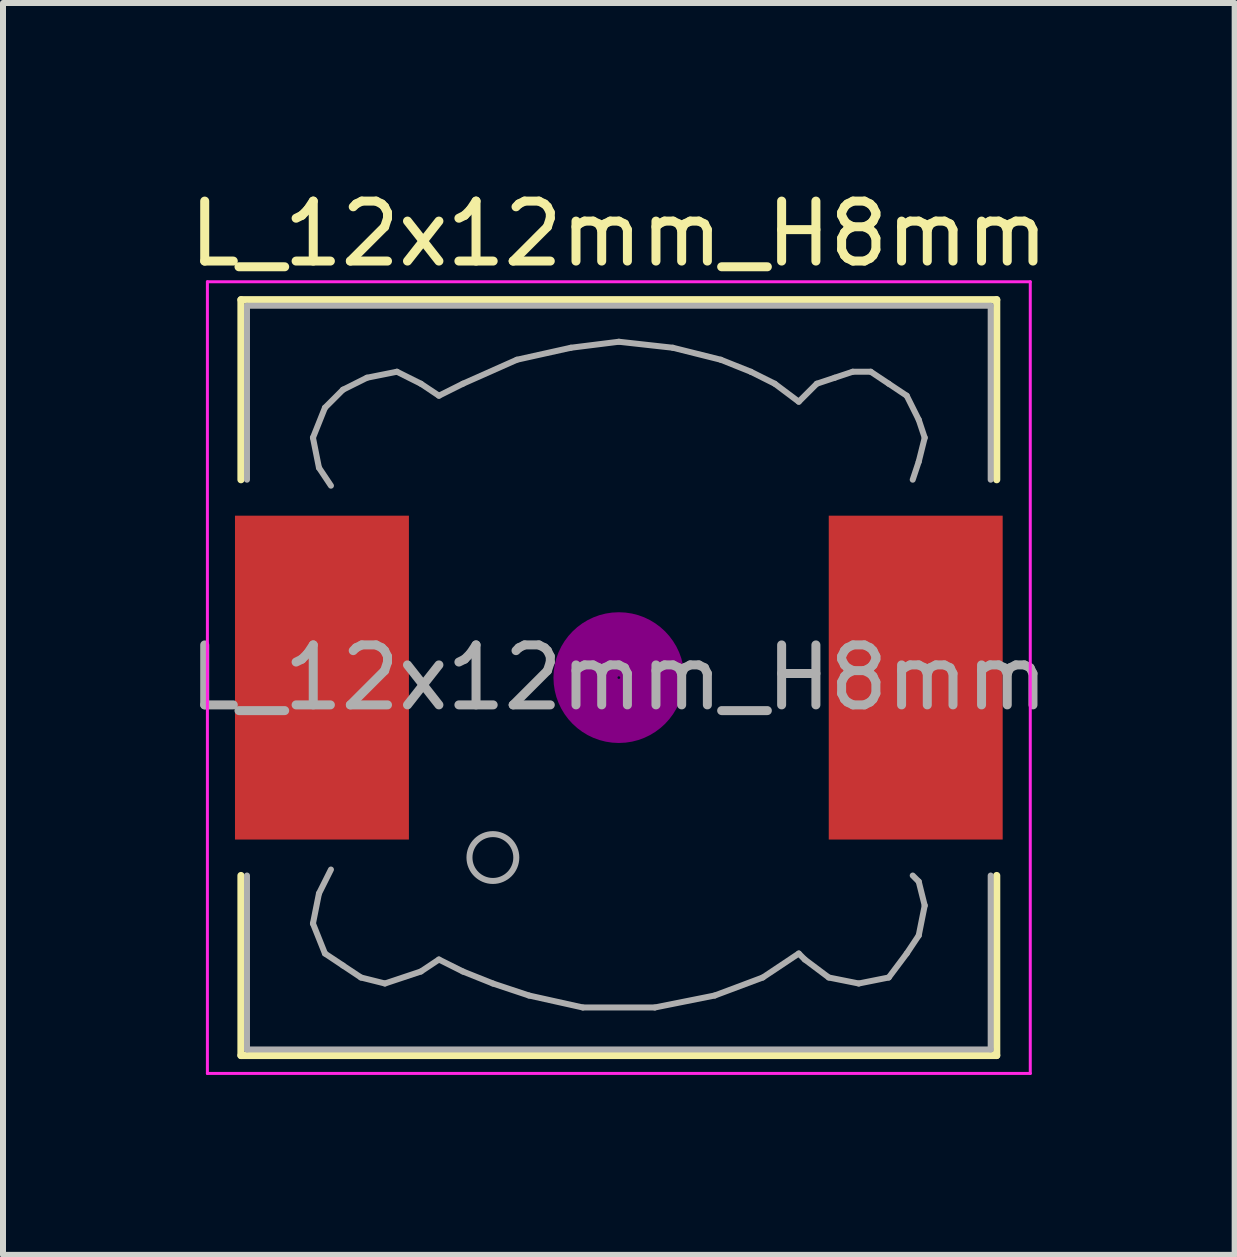
<source format=kicad_pcb>
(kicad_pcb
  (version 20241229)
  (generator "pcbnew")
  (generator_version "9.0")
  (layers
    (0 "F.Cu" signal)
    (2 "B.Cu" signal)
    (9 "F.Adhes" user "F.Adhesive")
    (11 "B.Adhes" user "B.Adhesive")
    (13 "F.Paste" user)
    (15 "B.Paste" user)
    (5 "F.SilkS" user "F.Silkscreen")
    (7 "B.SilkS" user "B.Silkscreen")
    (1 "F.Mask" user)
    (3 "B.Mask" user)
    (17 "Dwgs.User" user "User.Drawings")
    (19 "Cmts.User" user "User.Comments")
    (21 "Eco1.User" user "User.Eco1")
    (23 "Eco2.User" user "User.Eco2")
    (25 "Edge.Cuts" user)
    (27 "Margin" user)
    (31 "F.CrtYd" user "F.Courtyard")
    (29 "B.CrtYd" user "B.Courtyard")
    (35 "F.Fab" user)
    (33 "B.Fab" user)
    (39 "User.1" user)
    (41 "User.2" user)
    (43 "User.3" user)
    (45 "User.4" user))
  (footprint "L_12x12mm_H8mm"
    (layer "F.Cu")
    (at 7.268 8.248)
    (property "Reference" "L_12x12mm_H8mm" (at 0 -7.4 0) (layer "F.SilkS") (effects (font (size 1 1) (thickness 0.15))))
    (attr smd)
    (fp_line (start -6.3 -6.3) (end 6.3 -6.3) (stroke (width 0.12) (type solid)) (layer "F.SilkS"))
    (fp_line (start -6.3 -3.3) (end -6.3 -6.3) (stroke (width 0.12) (type solid)) (layer "F.SilkS"))
    (fp_line (start -6.3 6.3) (end -6.3 3.3) (stroke (width 0.12) (type solid)) (layer "F.SilkS"))
    (fp_line (start 6.3 -6.3) (end 6.3 -3.3) (stroke (width 0.12) (type solid)) (layer "F.SilkS"))
    (fp_line (start 6.3 3.3) (end 6.3 6.3) (stroke (width 0.12) (type solid)) (layer "F.SilkS"))
    (fp_line (start 6.3 6.3) (end -6.3 6.3) (stroke (width 0.12) (type solid)) (layer "F.SilkS"))
    (fp_circle (center 0 0) (end 0.15 0.15) (stroke (width 0.38) (type solid)) (fill no) (layer "F.Adhes"))
    (fp_circle (center 0 0) (end 0.55 0) (stroke (width 0.38) (type solid)) (fill no) (layer "F.Adhes"))
    (fp_circle (center 0 0) (end 0.9 0) (stroke (width 0.38) (type solid)) (fill no) (layer "F.Adhes"))
    (fp_line (start -6.86 -6.6) (end 6.86 -6.6) (stroke (width 0.05) (type solid)) (layer "F.CrtYd"))
    (fp_line (start -6.86 6.6) (end -6.86 -6.6) (stroke (width 0.05) (type solid)) (layer "F.CrtYd"))
    (fp_line (start 6.86 -6.6) (end 6.86 6.6) (stroke (width 0.05) (type solid)) (layer "F.CrtYd"))
    (fp_line (start 6.86 6.6) (end -6.86 6.6) (stroke (width 0.05) (type solid)) (layer "F.CrtYd"))
    (fp_line (start -6.2 -6.2) (end -6.2 -3.3) (stroke (width 0.1) (type solid)) (layer "F.Fab"))
    (fp_line (start -6.2 3.3) (end -6.2 6.2) (stroke (width 0.1) (type solid)) (layer "F.Fab"))
    (fp_line (start -6.2 6.2) (end 6.2 6.2) (stroke (width 0.1) (type solid)) (layer "F.Fab"))
    (fp_line (start -5.1 -4) (end -5 -3.5) (stroke (width 0.1) (type solid)) (layer "F.Fab"))
    (fp_line (start -5.1 4.1) (end -5 3.6) (stroke (width 0.1) (type solid)) (layer "F.Fab"))
    (fp_line (start -5 -3.5) (end -4.8 -3.2) (stroke (width 0.1) (type solid)) (layer "F.Fab"))
    (fp_line (start -5 3.6) (end -4.8 3.2) (stroke (width 0.1) (type solid)) (layer "F.Fab"))
    (fp_line (start -4.9 -4.5) (end -5.1 -4) (stroke (width 0.1) (type solid)) (layer "F.Fab"))
    (fp_line (start -4.9 4.6) (end -5.1 4.1) (stroke (width 0.1) (type solid)) (layer "F.Fab"))
    (fp_line (start -4.6 -4.8) (end -4.9 -4.5) (stroke (width 0.1) (type solid)) (layer "F.Fab"))
    (fp_line (start -4.6 4.8) (end -4.9 4.6) (stroke (width 0.1) (type solid)) (layer "F.Fab"))
    (fp_line (start -4.3 5) (end -4.6 4.8) (stroke (width 0.1) (type solid)) (layer "F.Fab"))
    (fp_line (start -4.2 -5) (end -4.6 -4.8) (stroke (width 0.1) (type solid)) (layer "F.Fab"))
    (fp_line (start -3.9 5.1) (end -4.3 5) (stroke (width 0.1) (type solid)) (layer "F.Fab"))
    (fp_line (start -3.7 -5.1) (end -4.2 -5) (stroke (width 0.1) (type solid)) (layer "F.Fab"))
    (fp_line (start -3.3 -4.9) (end -3.7 -5.1) (stroke (width 0.1) (type solid)) (layer "F.Fab"))
    (fp_line (start -3.3 4.9) (end -3.9 5.1) (stroke (width 0.1) (type solid)) (layer "F.Fab"))
    (fp_line (start -3 -4.7) (end -3.3 -4.9) (stroke (width 0.1) (type solid)) (layer "F.Fab"))
    (fp_line (start -3 4.7) (end -3.3 4.9) (stroke (width 0.1) (type solid)) (layer "F.Fab"))
    (fp_line (start -2.6 -4.9) (end -3 -4.7) (stroke (width 0.1) (type solid)) (layer "F.Fab"))
    (fp_line (start -2.6 4.9) (end -3 4.7) (stroke (width 0.1) (type solid)) (layer "F.Fab"))
    (fp_line (start -2.1 5.1) (end -2.6 4.9) (stroke (width 0.1) (type solid)) (layer "F.Fab"))
    (fp_line (start -1.7 -5.3) (end -2.6 -4.9) (stroke (width 0.1) (type solid)) (layer "F.Fab"))
    (fp_line (start -1.5 5.3) (end -2.1 5.1) (stroke (width 0.1) (type solid)) (layer "F.Fab"))
    (fp_line (start -0.8 -5.5) (end -1.7 -5.3) (stroke (width 0.1) (type solid)) (layer "F.Fab"))
    (fp_line (start -0.6 5.5) (end -1.5 5.3) (stroke (width 0.1) (type solid)) (layer "F.Fab"))
    (fp_line (start 0 -5.6) (end -0.8 -5.5) (stroke (width 0.1) (type solid)) (layer "F.Fab"))
    (fp_line (start 0.6 5.5) (end -0.6 5.5) (stroke (width 0.1) (type solid)) (layer "F.Fab"))
    (fp_line (start 0.9 -5.5) (end 0 -5.6) (stroke (width 0.1) (type solid)) (layer "F.Fab"))
    (fp_line (start 1.6 5.3) (end 0.6 5.5) (stroke (width 0.1) (type solid)) (layer "F.Fab"))
    (fp_line (start 1.7 -5.3) (end 0.9 -5.5) (stroke (width 0.1) (type solid)) (layer "F.Fab"))
    (fp_line (start 2.2 -5.1) (end 1.7 -5.3) (stroke (width 0.1) (type solid)) (layer "F.Fab"))
    (fp_line (start 2.4 5) (end 1.6 5.3) (stroke (width 0.1) (type solid)) (layer "F.Fab"))
    (fp_line (start 2.6 -4.9) (end 2.2 -5.1) (stroke (width 0.1) (type solid)) (layer "F.Fab"))
    (fp_line (start 3 -4.6) (end 2.6 -4.9) (stroke (width 0.1) (type solid)) (layer "F.Fab"))
    (fp_line (start 3 4.6) (end 2.4 5) (stroke (width 0.1) (type solid)) (layer "F.Fab"))
    (fp_line (start 3.1 4.7) (end 3 4.6) (stroke (width 0.1) (type solid)) (layer "F.Fab"))
    (fp_line (start 3.3 -4.9) (end 3 -4.6) (stroke (width 0.1) (type solid)) (layer "F.Fab"))
    (fp_line (start 3.5 5) (end 3.1 4.7) (stroke (width 0.1) (type solid)) (layer "F.Fab"))
    (fp_line (start 3.6 -5) (end 3.3 -4.9) (stroke (width 0.1) (type solid)) (layer "F.Fab"))
    (fp_line (start 3.9 -5.1) (end 3.6 -5) (stroke (width 0.1) (type solid)) (layer "F.Fab"))
    (fp_line (start 4 5.1) (end 3.5 5) (stroke (width 0.1) (type solid)) (layer "F.Fab"))
    (fp_line (start 4.2 -5.1) (end 3.9 -5.1) (stroke (width 0.1) (type solid)) (layer "F.Fab"))
    (fp_line (start 4.5 -4.9) (end 4.2 -5.1) (stroke (width 0.1) (type solid)) (layer "F.Fab"))
    (fp_line (start 4.5 5) (end 4 5.1) (stroke (width 0.1) (type solid)) (layer "F.Fab"))
    (fp_line (start 4.8 -4.7) (end 4.5 -4.9) (stroke (width 0.1) (type solid)) (layer "F.Fab"))
    (fp_line (start 4.8 4.6) (end 4.5 5) (stroke (width 0.1) (type solid)) (layer "F.Fab"))
    (fp_line (start 4.9 -3.3) (end 5 -3.6) (stroke (width 0.1) (type solid)) (layer "F.Fab"))
    (fp_line (start 4.9 3.3) (end 5 3.4) (stroke (width 0.1) (type solid)) (layer "F.Fab"))
    (fp_line (start 5 -4.3) (end 4.8 -4.7) (stroke (width 0.1) (type solid)) (layer "F.Fab"))
    (fp_line (start 5 -3.6) (end 5.1 -4) (stroke (width 0.1) (type solid)) (layer "F.Fab"))
    (fp_line (start 5 3.4) (end 5.1 3.8) (stroke (width 0.1) (type solid)) (layer "F.Fab"))
    (fp_line (start 5 4.3) (end 4.8 4.6) (stroke (width 0.1) (type solid)) (layer "F.Fab"))
    (fp_line (start 5.1 -4) (end 5 -4.3) (stroke (width 0.1) (type solid)) (layer "F.Fab"))
    (fp_line (start 5.1 3.8) (end 5 4.3) (stroke (width 0.1) (type solid)) (layer "F.Fab"))
    (fp_line (start 6.2 -6.2) (end -6.2 -6.2) (stroke (width 0.1) (type solid)) (layer "F.Fab"))
    (fp_line (start 6.2 -6.2) (end 6.2 -3.3) (stroke (width 0.1) (type solid)) (layer "F.Fab"))
    (fp_line (start 6.2 6.2) (end 6.2 3.3) (stroke (width 0.1) (type solid)) (layer "F.Fab"))
    (fp_circle (center -2.1 3) (end -1.8 3.25) (stroke (width 0.1) (type solid)) (fill no) (layer "F.Fab"))
    (fp_text user "${REFERENCE}" (at 0 0 0) (layer "F.Fab") (effects (font (size 1 1) (thickness 0.15))))
    (pad "1" smd rect (at -4.95 0) (size 2.9 5.4) (layers "F.Cu" "F.Mask" "F.Paste"))
    (pad "2" smd rect (at 4.95 0) (size 2.9 5.4) (layers "F.Cu" "F.Mask" "F.Paste")))
  (gr_rect
    (start -3 -3)
    (end 17.536 17.873)
    (stroke (width 0.1) (type default))
    (fill no)
    (layer "Edge.Cuts")))
</source>
